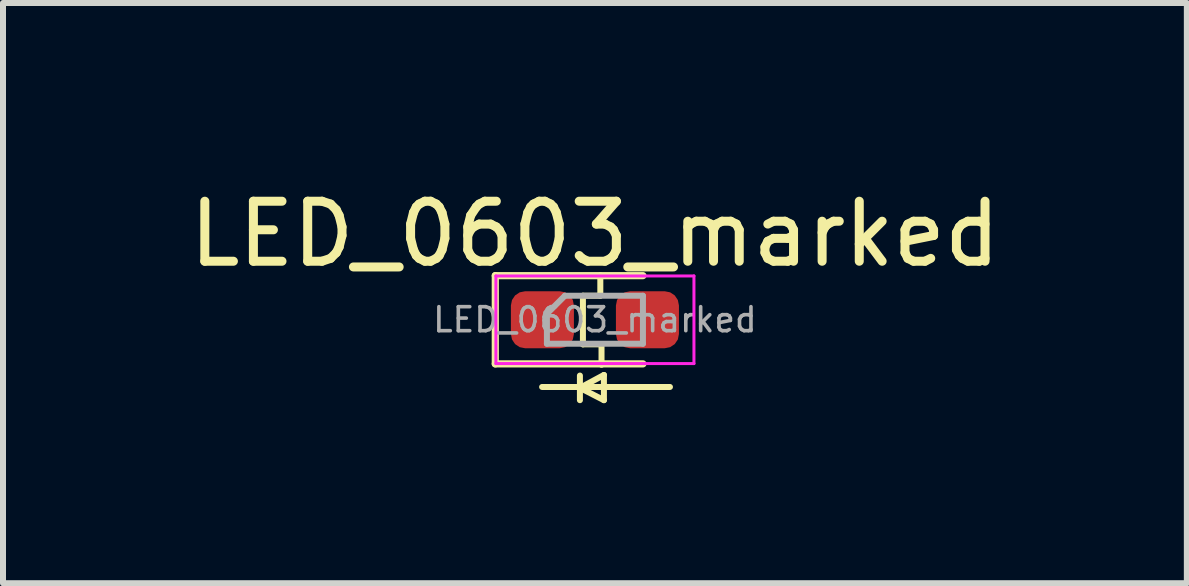
<source format=kicad_pcb>
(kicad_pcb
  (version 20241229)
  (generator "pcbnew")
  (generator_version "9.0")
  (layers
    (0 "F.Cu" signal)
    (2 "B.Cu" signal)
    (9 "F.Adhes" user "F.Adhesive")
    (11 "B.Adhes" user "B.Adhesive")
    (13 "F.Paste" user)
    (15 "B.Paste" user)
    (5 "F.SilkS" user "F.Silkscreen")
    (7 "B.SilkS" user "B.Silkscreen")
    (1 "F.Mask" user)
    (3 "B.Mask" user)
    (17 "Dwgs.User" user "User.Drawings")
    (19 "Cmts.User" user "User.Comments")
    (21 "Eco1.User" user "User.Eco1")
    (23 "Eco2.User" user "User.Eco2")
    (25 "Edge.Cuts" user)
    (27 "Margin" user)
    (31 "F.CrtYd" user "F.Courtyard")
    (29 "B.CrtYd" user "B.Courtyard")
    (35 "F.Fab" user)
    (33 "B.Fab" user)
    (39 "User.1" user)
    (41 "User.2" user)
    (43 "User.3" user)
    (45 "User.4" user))
  (footprint "LED_0603_marked"
    (layer "F.Cu")
    (at 6.863 2.278)
    (property "Reference" "LED_0603_marked" (at 0 -1.43 0) (layer "F.SilkS") (effects (font (size 1 1) (thickness 0.15))))
    (attr smd)
    (fp_line (start -1.66 -0.735) (end -1.66 0.735) (stroke (width 0.12) (type solid)) (layer "F.SilkS"))
    (fp_line (start -1.66 0.735) (end 0.8 0.735) (stroke (width 0.12) (type solid)) (layer "F.SilkS"))
    (fp_line (start -0.25 0.93) (end -0.25 1.34) (stroke (width 0.1) (type default)) (layer "F.SilkS"))
    (fp_line (start -0.25 1.135) (end 0.15 0.92) (stroke (width 0.1) (type default)) (layer "F.SilkS"))
    (fp_line (start -0.2 -0.4) (end -0.2 0.41) (stroke (width 0.1) (type default)) (layer "F.SilkS"))
    (fp_line (start -0.2 0.41) (end 0.11 0.41) (stroke (width 0.1) (type default)) (layer "F.SilkS"))
    (fp_line (start 0.09 -0.74) (end 0.09 -0.4) (stroke (width 0.1) (type default)) (layer "F.SilkS"))
    (fp_line (start 0.09 -0.4) (end -0.2 -0.4) (stroke (width 0.1) (type default)) (layer "F.SilkS"))
    (fp_line (start 0.11 0.41) (end 0.11 0.75) (stroke (width 0.1) (type default)) (layer "F.SilkS"))
    (fp_line (start 0.15 0.92) (end 0.15 1.34) (stroke (width 0.1) (type default)) (layer "F.SilkS"))
    (fp_line (start 0.15 1.34) (end -0.25 1.135) (stroke (width 0.1) (type default)) (layer "F.SilkS"))
    (fp_line (start 0.8 -0.735) (end -1.66 -0.735) (stroke (width 0.12) (type solid)) (layer "F.SilkS"))
    (fp_line (start 1.25 1.12) (end -0.88 1.12) (stroke (width 0.1) (type default)) (layer "F.SilkS"))
    (fp_line (start -1.65 -0.73) (end 1.65 -0.73) (stroke (width 0.05) (type solid)) (layer "F.CrtYd"))
    (fp_line (start -1.65 0.73) (end -1.65 -0.73) (stroke (width 0.05) (type solid)) (layer "F.CrtYd"))
    (fp_line (start 1.65 -0.73) (end 1.65 0.73) (stroke (width 0.05) (type solid)) (layer "F.CrtYd"))
    (fp_line (start 1.65 0.73) (end -1.65 0.73) (stroke (width 0.05) (type solid)) (layer "F.CrtYd"))
    (fp_line (start -0.8 -0.1) (end -0.8 0.4) (stroke (width 0.1) (type solid)) (layer "F.Fab"))
    (fp_line (start -0.8 0.4) (end 0.8 0.4) (stroke (width 0.1) (type solid)) (layer "F.Fab"))
    (fp_line (start -0.5 -0.4) (end -0.8 -0.1) (stroke (width 0.1) (type solid)) (layer "F.Fab"))
    (fp_line (start 0.8 -0.4) (end -0.5 -0.4) (stroke (width 0.1) (type solid)) (layer "F.Fab"))
    (fp_line (start 0.8 0.4) (end 0.8 -0.4) (stroke (width 0.1) (type solid)) (layer "F.Fab"))
    (fp_text user "${REFERENCE}" (at 0 0 0) (layer "F.Fab") (effects (font (size 0.4 0.4) (thickness 0.06))))
    (pad "1" smd roundrect (at -0.875 0) (size 1.05 0.95) (layers "F.Cu" "F.Mask" "F.Paste") (roundrect_rratio 0.25))
    (pad "2" smd roundrect (at 0.875 0) (size 1.05 0.95) (layers "F.Cu" "F.Mask" "F.Paste") (roundrect_rratio 0.25)))
  (gr_rect
    (start -3 -3)
    (end 16.726 6.668)
    (stroke (width 0.1) (type default))
    (fill no)
    (layer "Edge.Cuts")))
</source>
